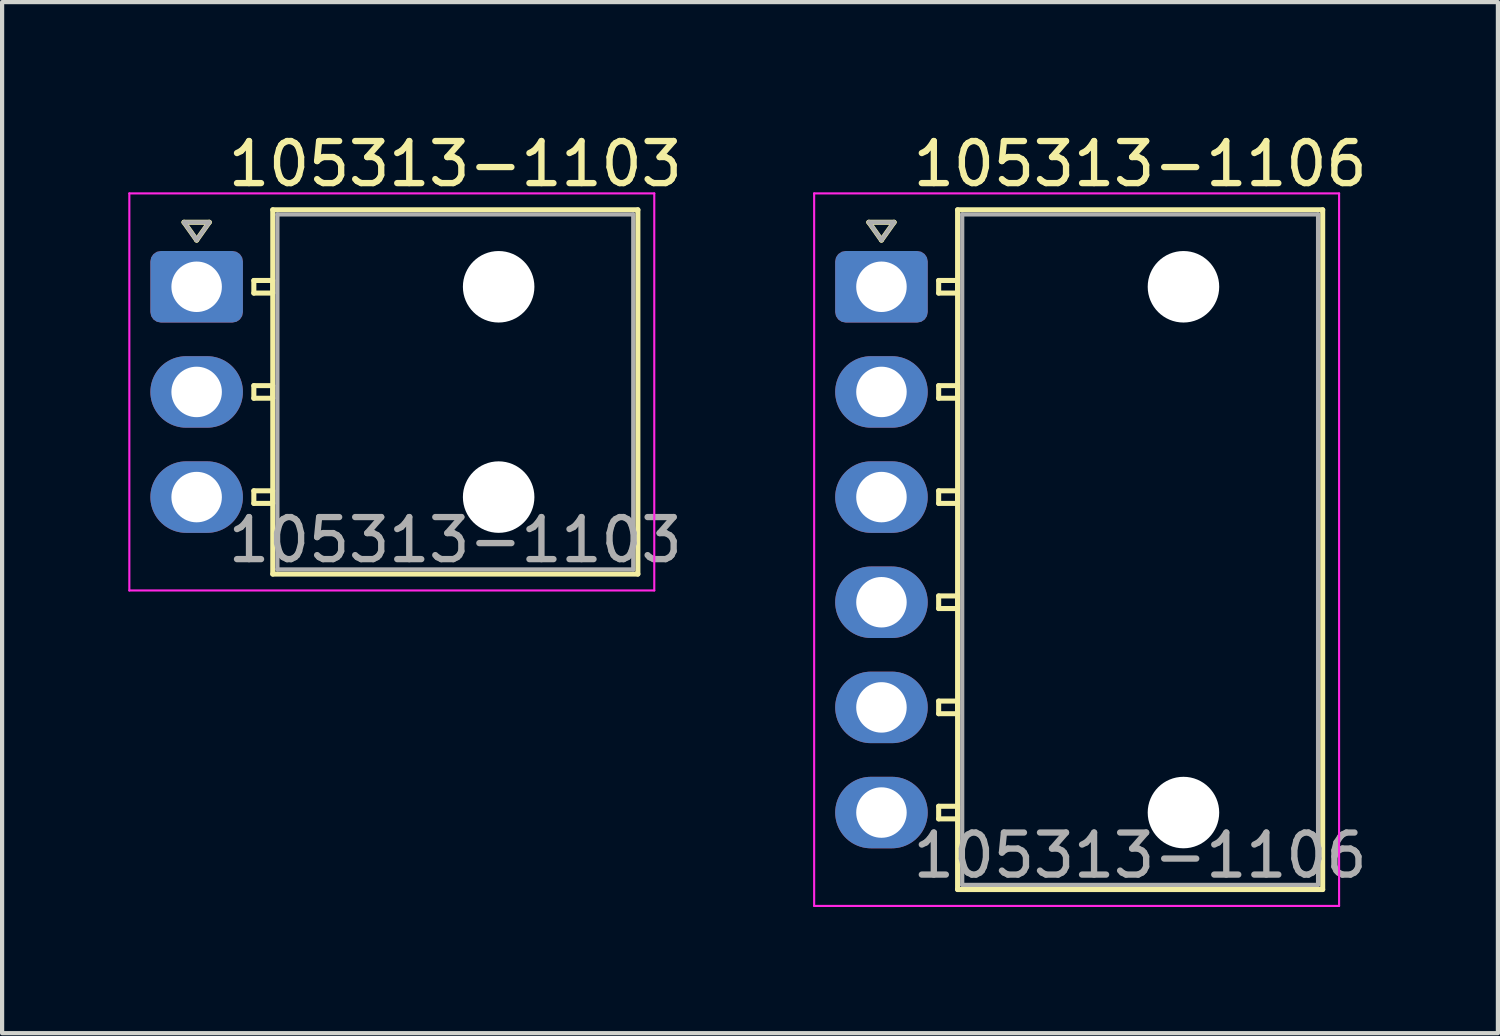
<source format=kicad_pcb>
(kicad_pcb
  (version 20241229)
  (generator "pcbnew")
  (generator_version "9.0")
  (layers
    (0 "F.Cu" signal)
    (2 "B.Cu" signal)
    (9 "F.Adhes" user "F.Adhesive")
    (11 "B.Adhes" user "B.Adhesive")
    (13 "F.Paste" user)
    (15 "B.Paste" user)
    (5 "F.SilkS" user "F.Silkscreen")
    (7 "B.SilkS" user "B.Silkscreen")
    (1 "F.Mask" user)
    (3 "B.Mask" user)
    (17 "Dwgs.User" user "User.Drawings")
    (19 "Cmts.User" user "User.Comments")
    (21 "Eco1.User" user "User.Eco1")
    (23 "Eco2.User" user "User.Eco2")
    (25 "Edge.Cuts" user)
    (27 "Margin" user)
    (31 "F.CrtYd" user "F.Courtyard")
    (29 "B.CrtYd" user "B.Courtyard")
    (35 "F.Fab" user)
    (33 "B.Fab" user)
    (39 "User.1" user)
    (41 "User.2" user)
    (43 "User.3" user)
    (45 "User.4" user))
  (footprint "105313-1103"
    (layer "F.Cu")
    (at 1.625 3.768)
    (property "Reference" "105313-1103" (at 6.15 -2.92 0) (layer "F.SilkS") (effects (font (size 1 1) (thickness 0.15))))
    (attr through_hole)
    (fp_line (start -0.3 -1.534) (end 0 -1.11) (stroke (width 0.12) (type solid)) (layer "F.SilkS"))
    (fp_line (start 0 -1.11) (end 0.3 -1.534) (stroke (width 0.12) (type solid)) (layer "F.SilkS"))
    (fp_line (start 0.3 -1.534) (end -0.3 -1.534) (stroke (width 0.12) (type solid)) (layer "F.SilkS"))
    (fp_line (start 1.36 -0.15) (end 1.36 0.15) (stroke (width 0.12) (type solid)) (layer "F.SilkS"))
    (fp_line (start 1.36 0.15) (end 1.81 0.15) (stroke (width 0.12) (type solid)) (layer "F.SilkS"))
    (fp_line (start 1.36 2.35) (end 1.36 2.65) (stroke (width 0.12) (type solid)) (layer "F.SilkS"))
    (fp_line (start 1.36 2.65) (end 1.81 2.65) (stroke (width 0.12) (type solid)) (layer "F.SilkS"))
    (fp_line (start 1.36 4.85) (end 1.36 5.15) (stroke (width 0.12) (type solid)) (layer "F.SilkS"))
    (fp_line (start 1.36 5.15) (end 1.81 5.15) (stroke (width 0.12) (type solid)) (layer "F.SilkS"))
    (fp_line (start 1.81 -1.83) (end 1.81 6.83) (stroke (width 0.12) (type solid)) (layer "F.SilkS"))
    (fp_line (start 1.81 -0.15) (end 1.36 -0.15) (stroke (width 0.12) (type solid)) (layer "F.SilkS"))
    (fp_line (start 1.81 0.15) (end 1.81 -0.15) (stroke (width 0.12) (type solid)) (layer "F.SilkS"))
    (fp_line (start 1.81 2.35) (end 1.36 2.35) (stroke (width 0.12) (type solid)) (layer "F.SilkS"))
    (fp_line (start 1.81 2.65) (end 1.81 2.35) (stroke (width 0.12) (type solid)) (layer "F.SilkS"))
    (fp_line (start 1.81 4.85) (end 1.36 4.85) (stroke (width 0.12) (type solid)) (layer "F.SilkS"))
    (fp_line (start 1.81 5.15) (end 1.81 4.85) (stroke (width 0.12) (type solid)) (layer "F.SilkS"))
    (fp_line (start 1.81 6.83) (end 10.49 6.83) (stroke (width 0.12) (type solid)) (layer "F.SilkS"))
    (fp_line (start 10.49 -1.83) (end 1.81 -1.83) (stroke (width 0.12) (type solid)) (layer "F.SilkS"))
    (fp_line (start 10.49 6.83) (end 10.49 -1.83) (stroke (width 0.12) (type solid)) (layer "F.SilkS"))
    (fp_line (start -1.6 -2.22) (end -1.6 7.22) (stroke (width 0.05) (type solid)) (layer "F.CrtYd"))
    (fp_line (start -1.6 7.22) (end 10.88 7.22) (stroke (width 0.05) (type solid)) (layer "F.CrtYd"))
    (fp_line (start 10.88 -2.22) (end -1.6 -2.22) (stroke (width 0.05) (type solid)) (layer "F.CrtYd"))
    (fp_line (start 10.88 7.22) (end 10.88 -2.22) (stroke (width 0.05) (type solid)) (layer "F.CrtYd"))
    (fp_line (start -0.3 -1.534) (end 0 -1.11) (stroke (width 0.1) (type solid)) (layer "F.Fab"))
    (fp_line (start 0 -1.11) (end 0.3 -1.534) (stroke (width 0.1) (type solid)) (layer "F.Fab"))
    (fp_line (start 0.3 -1.534) (end -0.3 -1.534) (stroke (width 0.1) (type solid)) (layer "F.Fab"))
    (fp_line (start 1.92 -1.72) (end 1.92 6.72) (stroke (width 0.1) (type solid)) (layer "F.Fab"))
    (fp_line (start 1.92 6.72) (end 10.38 6.72) (stroke (width 0.1) (type solid)) (layer "F.Fab"))
    (fp_line (start 10.38 -1.72) (end 1.92 -1.72) (stroke (width 0.1) (type solid)) (layer "F.Fab"))
    (fp_line (start 10.38 6.72) (end 10.38 -1.72) (stroke (width 0.1) (type solid)) (layer "F.Fab"))
    (fp_text user "${REFERENCE}" (at 6.15 6.02 0) (layer "F.Fab") (effects (font (size 1 1) (thickness 0.15))))
    (pad "" np_thru_hole circle (at 7.18 0) (size 1.7 1.7) (drill 1.7) (layers "*.Cu" "*.Mask"))
    (pad "" np_thru_hole circle (at 7.18 5) (size 1.7 1.7) (drill 1.7) (layers "*.Cu" "*.Mask"))
    (pad "1" thru_hole roundrect (at 0 0) (size 2.2 1.7) (drill 1.2) (layers "*.Cu" "*.Mask") (roundrect_rratio 0.147))
    (pad "2" thru_hole oval (at 0 2.5) (size 2.2 1.7) (drill 1.2) (layers "*.Cu" "*.Mask"))
    (pad "3" thru_hole oval (at 0 5) (size 2.2 1.7) (drill 1.2) (layers "*.Cu" "*.Mask")))
  (footprint "105313-1106"
    (layer "F.Cu")
    (at 17.906 3.768)
    (property "Reference" "105313-1106" (at 6.15 -2.92 0) (layer "F.SilkS") (effects (font (size 1 1) (thickness 0.15))))
    (attr through_hole)
    (fp_line (start -0.3 -1.534) (end 0 -1.11) (stroke (width 0.12) (type solid)) (layer "F.SilkS"))
    (fp_line (start 0 -1.11) (end 0.3 -1.534) (stroke (width 0.12) (type solid)) (layer "F.SilkS"))
    (fp_line (start 0.3 -1.534) (end -0.3 -1.534) (stroke (width 0.12) (type solid)) (layer "F.SilkS"))
    (fp_line (start 1.36 -0.15) (end 1.36 0.15) (stroke (width 0.12) (type solid)) (layer "F.SilkS"))
    (fp_line (start 1.36 0.15) (end 1.81 0.15) (stroke (width 0.12) (type solid)) (layer "F.SilkS"))
    (fp_line (start 1.36 2.35) (end 1.36 2.65) (stroke (width 0.12) (type solid)) (layer "F.SilkS"))
    (fp_line (start 1.36 2.65) (end 1.81 2.65) (stroke (width 0.12) (type solid)) (layer "F.SilkS"))
    (fp_line (start 1.36 4.85) (end 1.36 5.15) (stroke (width 0.12) (type solid)) (layer "F.SilkS"))
    (fp_line (start 1.36 5.15) (end 1.81 5.15) (stroke (width 0.12) (type solid)) (layer "F.SilkS"))
    (fp_line (start 1.36 7.35) (end 1.36 7.65) (stroke (width 0.12) (type solid)) (layer "F.SilkS"))
    (fp_line (start 1.36 7.65) (end 1.81 7.65) (stroke (width 0.12) (type solid)) (layer "F.SilkS"))
    (fp_line (start 1.36 9.85) (end 1.36 10.15) (stroke (width 0.12) (type solid)) (layer "F.SilkS"))
    (fp_line (start 1.36 10.15) (end 1.81 10.15) (stroke (width 0.12) (type solid)) (layer "F.SilkS"))
    (fp_line (start 1.36 12.35) (end 1.36 12.65) (stroke (width 0.12) (type solid)) (layer "F.SilkS"))
    (fp_line (start 1.36 12.65) (end 1.81 12.65) (stroke (width 0.12) (type solid)) (layer "F.SilkS"))
    (fp_line (start 1.81 -1.83) (end 1.81 14.33) (stroke (width 0.12) (type solid)) (layer "F.SilkS"))
    (fp_line (start 1.81 -0.15) (end 1.36 -0.15) (stroke (width 0.12) (type solid)) (layer "F.SilkS"))
    (fp_line (start 1.81 0.15) (end 1.81 -0.15) (stroke (width 0.12) (type solid)) (layer "F.SilkS"))
    (fp_line (start 1.81 2.35) (end 1.36 2.35) (stroke (width 0.12) (type solid)) (layer "F.SilkS"))
    (fp_line (start 1.81 2.65) (end 1.81 2.35) (stroke (width 0.12) (type solid)) (layer "F.SilkS"))
    (fp_line (start 1.81 4.85) (end 1.36 4.85) (stroke (width 0.12) (type solid)) (layer "F.SilkS"))
    (fp_line (start 1.81 5.15) (end 1.81 4.85) (stroke (width 0.12) (type solid)) (layer "F.SilkS"))
    (fp_line (start 1.81 7.35) (end 1.36 7.35) (stroke (width 0.12) (type solid)) (layer "F.SilkS"))
    (fp_line (start 1.81 7.65) (end 1.81 7.35) (stroke (width 0.12) (type solid)) (layer "F.SilkS"))
    (fp_line (start 1.81 9.85) (end 1.36 9.85) (stroke (width 0.12) (type solid)) (layer "F.SilkS"))
    (fp_line (start 1.81 10.15) (end 1.81 9.85) (stroke (width 0.12) (type solid)) (layer "F.SilkS"))
    (fp_line (start 1.81 12.35) (end 1.36 12.35) (stroke (width 0.12) (type solid)) (layer "F.SilkS"))
    (fp_line (start 1.81 12.65) (end 1.81 12.35) (stroke (width 0.12) (type solid)) (layer "F.SilkS"))
    (fp_line (start 1.81 14.33) (end 10.49 14.33) (stroke (width 0.12) (type solid)) (layer "F.SilkS"))
    (fp_line (start 10.49 -1.83) (end 1.81 -1.83) (stroke (width 0.12) (type solid)) (layer "F.SilkS"))
    (fp_line (start 10.49 14.33) (end 10.49 -1.83) (stroke (width 0.12) (type solid)) (layer "F.SilkS"))
    (fp_line (start -1.6 -2.22) (end -1.6 14.72) (stroke (width 0.05) (type solid)) (layer "F.CrtYd"))
    (fp_line (start -1.6 14.72) (end 10.88 14.72) (stroke (width 0.05) (type solid)) (layer "F.CrtYd"))
    (fp_line (start 10.88 -2.22) (end -1.6 -2.22) (stroke (width 0.05) (type solid)) (layer "F.CrtYd"))
    (fp_line (start 10.88 14.72) (end 10.88 -2.22) (stroke (width 0.05) (type solid)) (layer "F.CrtYd"))
    (fp_line (start -0.3 -1.534) (end 0 -1.11) (stroke (width 0.1) (type solid)) (layer "F.Fab"))
    (fp_line (start 0 -1.11) (end 0.3 -1.534) (stroke (width 0.1) (type solid)) (layer "F.Fab"))
    (fp_line (start 0.3 -1.534) (end -0.3 -1.534) (stroke (width 0.1) (type solid)) (layer "F.Fab"))
    (fp_line (start 1.92 -1.72) (end 1.92 14.22) (stroke (width 0.1) (type solid)) (layer "F.Fab"))
    (fp_line (start 1.92 14.22) (end 10.38 14.22) (stroke (width 0.1) (type solid)) (layer "F.Fab"))
    (fp_line (start 10.38 -1.72) (end 1.92 -1.72) (stroke (width 0.1) (type solid)) (layer "F.Fab"))
    (fp_line (start 10.38 14.22) (end 10.38 -1.72) (stroke (width 0.1) (type solid)) (layer "F.Fab"))
    (fp_text user "${REFERENCE}" (at 6.15 13.52 0) (layer "F.Fab") (effects (font (size 1 1) (thickness 0.15))))
    (pad "" np_thru_hole circle (at 7.18 0) (size 1.7 1.7) (drill 1.7) (layers "*.Cu" "*.Mask"))
    (pad "" np_thru_hole circle (at 7.18 12.5) (size 1.7 1.7) (drill 1.7) (layers "*.Cu" "*.Mask"))
    (pad "1" thru_hole roundrect (at 0 0) (size 2.2 1.7) (drill 1.2) (layers "*.Cu" "*.Mask") (roundrect_rratio 0.147))
    (pad "2" thru_hole oval (at 0 2.5) (size 2.2 1.7) (drill 1.2) (layers "*.Cu" "*.Mask"))
    (pad "3" thru_hole oval (at 0 5) (size 2.2 1.7) (drill 1.2) (layers "*.Cu" "*.Mask"))
    (pad "4" thru_hole oval (at 0 7.5) (size 2.2 1.7) (drill 1.2) (layers "*.Cu" "*.Mask"))
    (pad "5" thru_hole oval (at 0 10) (size 2.2 1.7) (drill 1.2) (layers "*.Cu" "*.Mask"))
    (pad "6" thru_hole oval (at 0 12.5) (size 2.2 1.7) (drill 1.2) (layers "*.Cu" "*.Mask")))
  (gr_rect
    (start -3 -3)
    (end 32.562 21.513)
    (stroke (width 0.1) (type default))
    (fill no)
    (layer "Edge.Cuts")))
</source>
